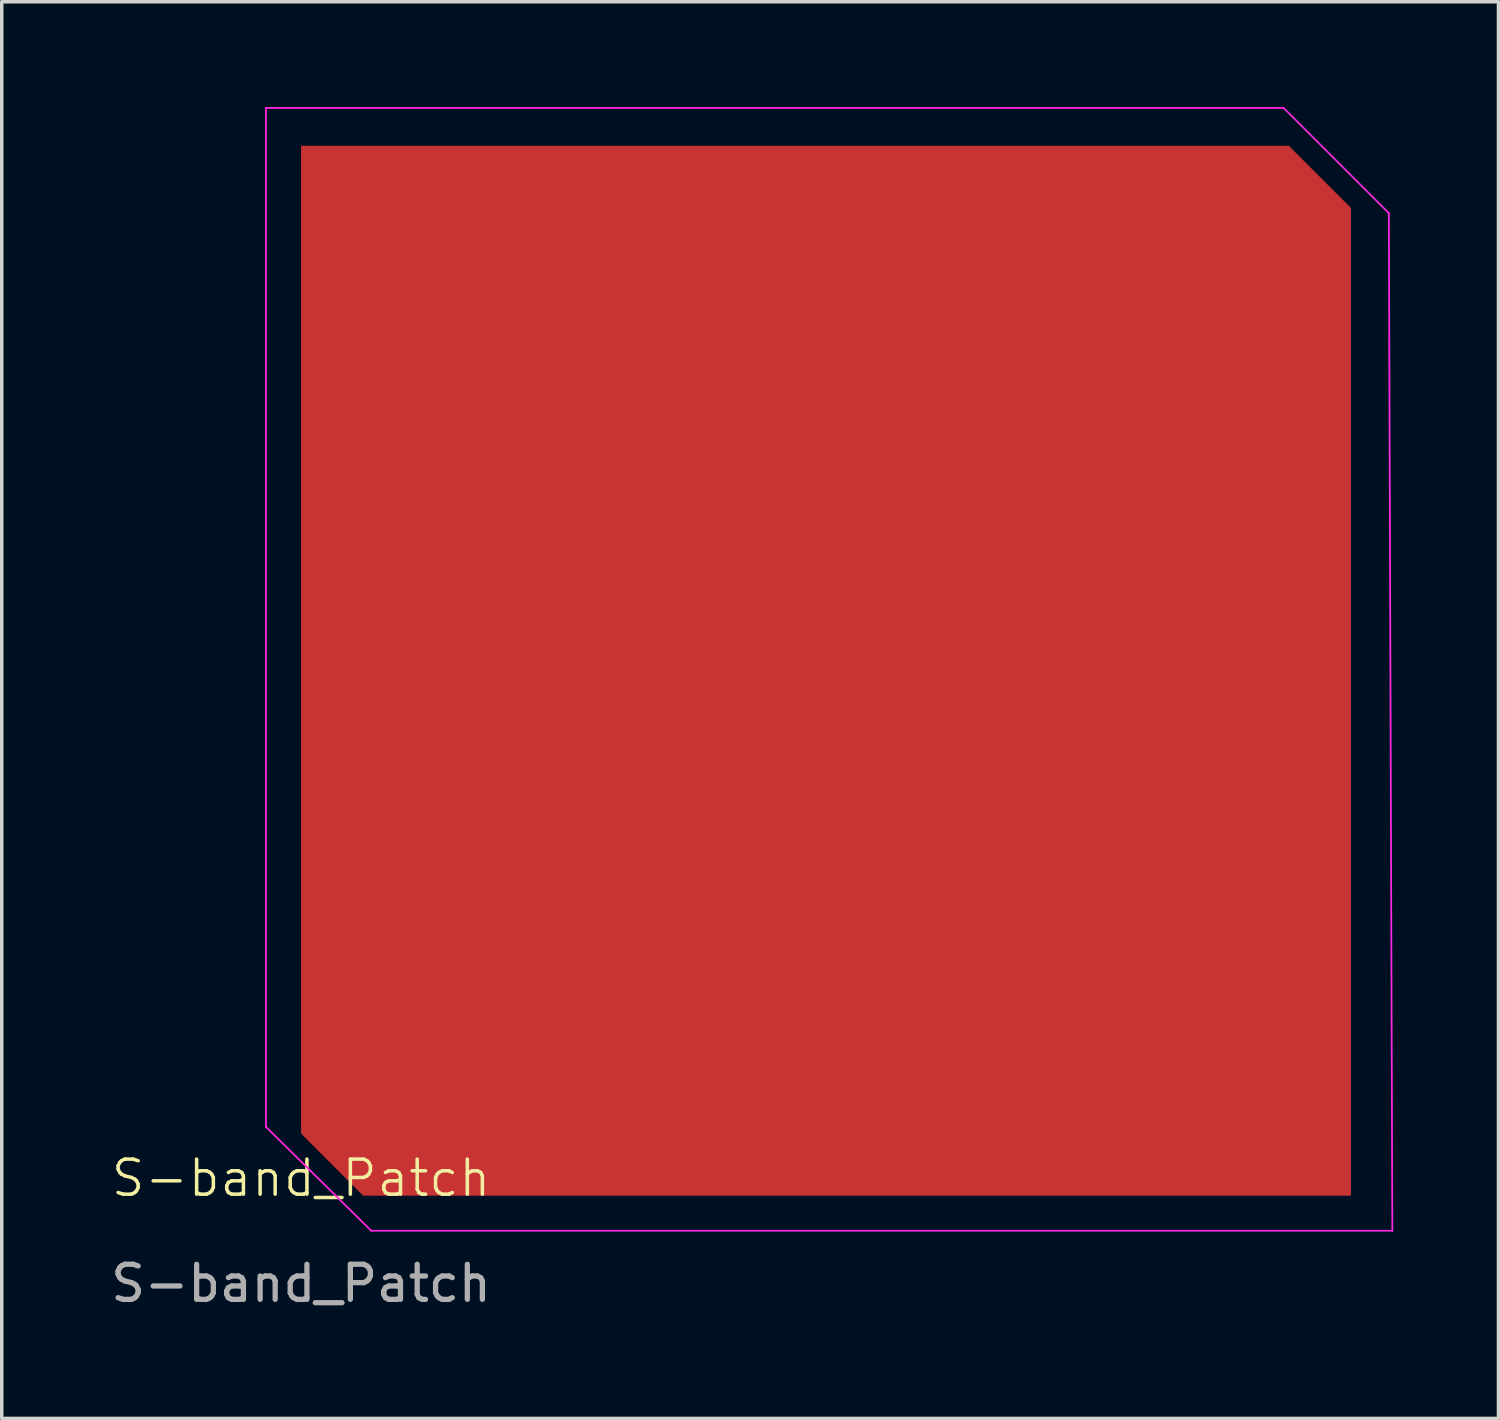
<source format=kicad_pcb>
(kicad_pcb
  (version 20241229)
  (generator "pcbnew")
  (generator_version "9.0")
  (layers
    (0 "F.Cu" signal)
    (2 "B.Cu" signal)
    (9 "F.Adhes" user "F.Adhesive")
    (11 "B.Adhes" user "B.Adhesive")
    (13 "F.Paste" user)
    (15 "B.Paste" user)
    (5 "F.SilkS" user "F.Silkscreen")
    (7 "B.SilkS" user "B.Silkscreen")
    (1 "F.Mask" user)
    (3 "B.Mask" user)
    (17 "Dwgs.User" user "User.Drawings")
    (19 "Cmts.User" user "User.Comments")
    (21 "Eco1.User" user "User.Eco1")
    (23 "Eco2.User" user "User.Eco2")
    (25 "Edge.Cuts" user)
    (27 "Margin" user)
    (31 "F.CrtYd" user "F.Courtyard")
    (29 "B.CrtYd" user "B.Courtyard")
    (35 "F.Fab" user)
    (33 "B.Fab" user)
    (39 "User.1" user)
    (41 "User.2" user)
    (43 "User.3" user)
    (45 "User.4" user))
  (footprint "S-band_Patch"
    (layer "F.Cu")
    (at 5.53 31.025)
    (property "Reference" "S-band_Patch" (at 0 -0.5 0) (unlocked yes) (layer "F.SilkS") (effects (font (size 1 1) (thickness 0.1))))
    (attr smd)
    (fp_poly (pts (xy 29.92 0) (xy 29.92 -28.15) (xy 28.15 -29.92) (xy 0 -29.92) (xy 0 -1.77) (xy 1.77 0)) (stroke (width 0) (type solid)) (fill yes) (layer "F.Cu"))
    (fp_line (start -1 -31) (end -1 -1.96) (stroke (width 0.05) (type default)) (layer "F.CrtYd"))
    (fp_line (start -1 -1.96) (end 2 1) (stroke (width 0.05) (type default)) (layer "F.CrtYd"))
    (fp_line (start 2 1) (end 31.1 1) (stroke (width 0.05) (type default)) (layer "F.CrtYd"))
    (fp_line (start 28 -31) (end -1 -31) (stroke (width 0.05) (type default)) (layer "F.CrtYd"))
    (fp_line (start 31 -28) (end 28 -31) (stroke (width 0.05) (type default)) (layer "F.CrtYd"))
    (fp_line (start 31.1 1) (end 31 -28) (stroke (width 0.05) (type default)) (layer "F.CrtYd"))
    (fp_text user "${REFERENCE}" (at 0 2.5 0) (unlocked yes) (layer "F.Fab") (effects (font (size 1 1) (thickness 0.15))))
    (pad "1" smd circle (at 17.46 -16.46) (size 1 1) (layers "F.Cu" "F.Mask" "F.Paste")))
  (gr_rect
    (start -3 -3)
    (end 39.655 37.373)
    (stroke (width 0.1) (type default))
    (fill no)
    (layer "Edge.Cuts")))
</source>
